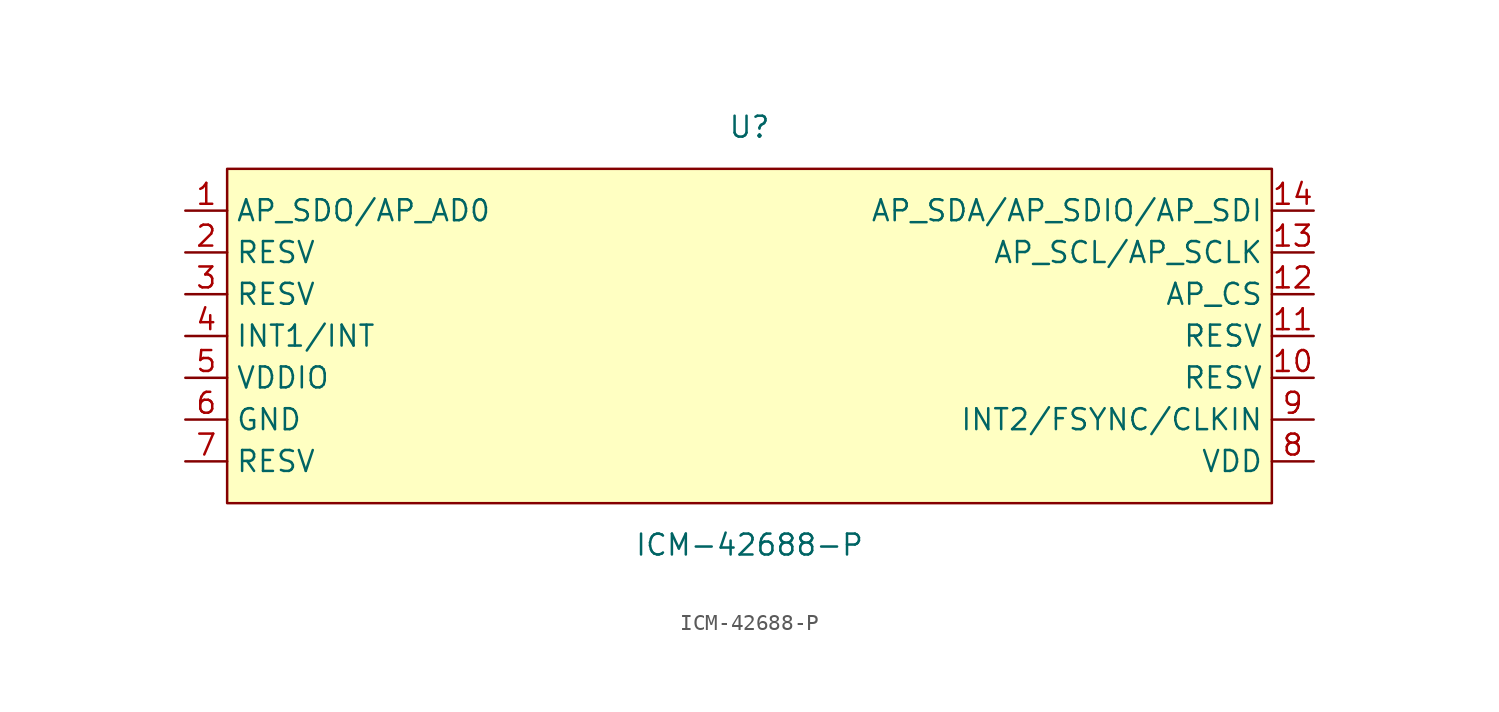
<source format=kicad_sym>
(kicad_symbol_lib
  (version 20211014)
  (generator https://github.com/uPesy/easyeda2kicad.py)
  (symbol "ICM-42688-P"
    (property "Reference" "U"
      (at 0 12.70 0)
      (effects (font (size 1.27 1.27))))
    (property "Value" "ICM-42688-P"
      (at 0 -12.70 0)
      (effects (font (size 1.27 1.27))))
    (symbol "ICM-42688-P_0_1"
      (rectangle (start -31.75 10.16) (end 31.75 -10.16) (stroke (width 0) (type default) (color 0 0 0 0)) (fill (type background)))
      (pin unspecified line (at -34.29 7.62 0) (length 2.54) (name "AP_SDO/AP_AD0" (effects (font (size 1.27 1.27)))) (number "1" (effects (font (size 1.27 1.27)))))
      (pin unspecified line (at -34.29 5.08 0) (length 2.54) (name "RESV" (effects (font (size 1.27 1.27)))) (number "2" (effects (font (size 1.27 1.27)))))
      (pin unspecified line (at -34.29 2.54 0) (length 2.54) (name "RESV" (effects (font (size 1.27 1.27)))) (number "3" (effects (font (size 1.27 1.27)))))
      (pin unspecified line (at -34.29 -0.00 0) (length 2.54) (name "INT1/INT" (effects (font (size 1.27 1.27)))) (number "4" (effects (font (size 1.27 1.27)))))
      (pin unspecified line (at -34.29 -2.54 0) (length 2.54) (name "VDDIO" (effects (font (size 1.27 1.27)))) (number "5" (effects (font (size 1.27 1.27)))))
      (pin unspecified line (at -34.29 -5.08 0) (length 2.54) (name "GND" (effects (font (size 1.27 1.27)))) (number "6" (effects (font (size 1.27 1.27)))))
      (pin unspecified line (at -34.29 -7.62 0) (length 2.54) (name "RESV" (effects (font (size 1.27 1.27)))) (number "7" (effects (font (size 1.27 1.27)))))
      (pin unspecified line (at 34.29 -7.62 180) (length 2.54) (name "VDD" (effects (font (size 1.27 1.27)))) (number "8" (effects (font (size 1.27 1.27)))))
      (pin unspecified line (at 34.29 -5.08 180) (length 2.54) (name "INT2/FSYNC/CLKIN" (effects (font (size 1.27 1.27)))) (number "9" (effects (font (size 1.27 1.27)))))
      (pin unspecified line (at 34.29 -2.54 180) (length 2.54) (name "RESV" (effects (font (size 1.27 1.27)))) (number "10" (effects (font (size 1.27 1.27)))))
      (pin unspecified line (at 34.29 -0.00 180) (length 2.54) (name "RESV" (effects (font (size 1.27 1.27)))) (number "11" (effects (font (size 1.27 1.27)))))
      (pin unspecified line (at 34.29 2.54 180) (length 2.54) (name "AP_CS" (effects (font (size 1.27 1.27)))) (number "12" (effects (font (size 1.27 1.27)))))
      (pin unspecified line (at 34.29 5.08 180) (length 2.54) (name "AP_SCL/AP_SCLK" (effects (font (size 1.27 1.27)))) (number "13" (effects (font (size 1.27 1.27)))))
      (pin unspecified line (at 34.29 7.62 180) (length 2.54) (name "AP_SDA/AP_SDIO/AP_SDI" (effects (font (size 1.27 1.27)))) (number "14" (effects (font (size 1.27 1.27))))))))
</source>
